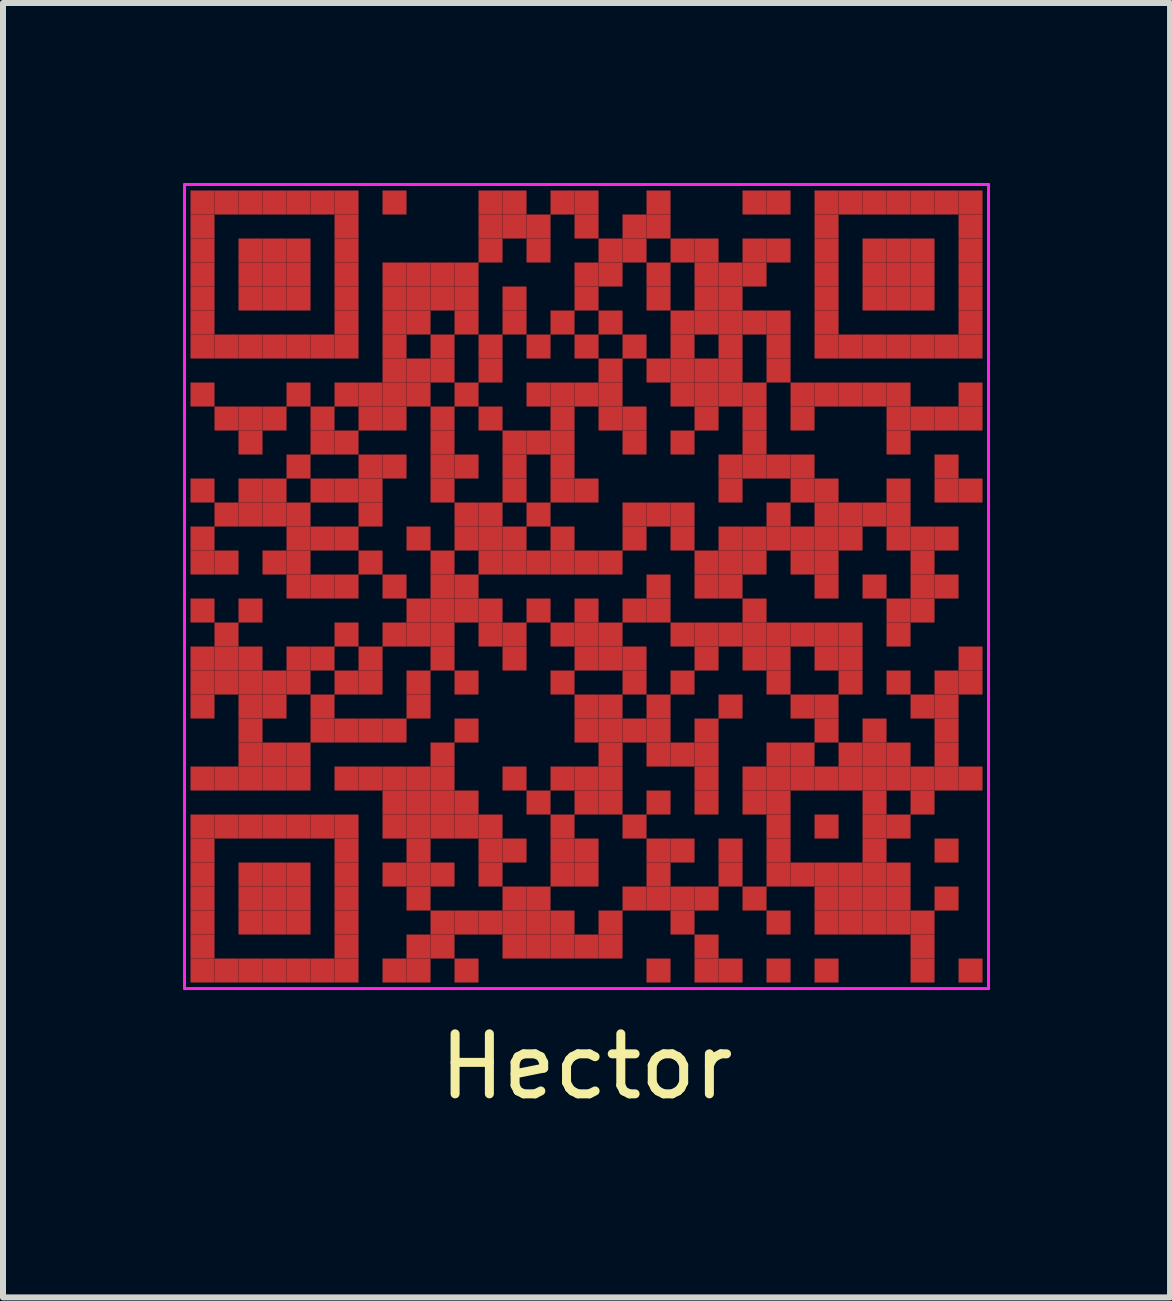
<source format=kicad_pcb>
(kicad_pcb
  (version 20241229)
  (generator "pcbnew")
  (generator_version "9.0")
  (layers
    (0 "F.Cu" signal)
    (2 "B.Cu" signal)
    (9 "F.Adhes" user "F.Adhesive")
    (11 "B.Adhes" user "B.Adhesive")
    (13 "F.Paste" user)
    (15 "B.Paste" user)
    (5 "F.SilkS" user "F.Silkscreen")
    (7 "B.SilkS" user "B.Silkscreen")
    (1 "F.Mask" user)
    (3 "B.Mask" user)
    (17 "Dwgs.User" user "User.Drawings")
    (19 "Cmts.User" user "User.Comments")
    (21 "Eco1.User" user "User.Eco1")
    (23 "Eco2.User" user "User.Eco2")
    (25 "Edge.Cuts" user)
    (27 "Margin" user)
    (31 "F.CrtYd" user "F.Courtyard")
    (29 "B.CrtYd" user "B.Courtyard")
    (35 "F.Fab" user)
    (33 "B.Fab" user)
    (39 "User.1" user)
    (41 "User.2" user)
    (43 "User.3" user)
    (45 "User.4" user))
  (footprint "Hector"
    (layer "F.Cu")
    (at 6.725 6.725)
    (property "Reference" "Hector" (at 0 8 0) (layer "F.SilkS") (effects (font (size 1 1) (thickness 0.15))))
    (fp_rect (start -6.65 -6.65) (end 6.65 6.65) (stroke (width 0) (type solid)) (fill yes) (layer "F.Mask"))
    (fp_line (start -6.7 -6.7) (end 6.7 -6.7) (stroke (width 0.05) (type solid)) (layer "F.CrtYd"))
    (fp_line (start -6.7 6.7) (end -6.7 -6.7) (stroke (width 0.05) (type solid)) (layer "F.CrtYd"))
    (fp_line (start 6.7 -6.7) (end 6.7 6.7) (stroke (width 0.05) (type solid)) (layer "F.CrtYd"))
    (fp_line (start 6.7 6.7) (end -6.7 6.7) (stroke (width 0.05) (type solid)) (layer "F.CrtYd"))
    (pad "" smd rect (at -6.4 -6.4) (size 0.4 0.4) (layers "F.Cu"))
    (pad "" smd rect (at -6.4 -6) (size 0.4 0.4) (layers "F.Cu"))
    (pad "" smd rect (at -6.4 -5.6) (size 0.4 0.4) (layers "F.Cu"))
    (pad "" smd rect (at -6.4 -5.2) (size 0.4 0.4) (layers "F.Cu"))
    (pad "" smd rect (at -6.4 -4.8) (size 0.4 0.4) (layers "F.Cu"))
    (pad "" smd rect (at -6.4 -4.4) (size 0.4 0.4) (layers "F.Cu"))
    (pad "" smd rect (at -6.4 -4) (size 0.4 0.4) (layers "F.Cu"))
    (pad "" smd rect (at -6.4 -3.2) (size 0.4 0.4) (layers "F.Cu"))
    (pad "" smd rect (at -6.4 -1.6) (size 0.4 0.4) (layers "F.Cu"))
    (pad "" smd rect (at -6.4 -0.8) (size 0.4 0.4) (layers "F.Cu"))
    (pad "" smd rect (at -6.4 -0.4) (size 0.4 0.4) (layers "F.Cu"))
    (pad "" smd rect (at -6.4 0.4) (size 0.4 0.4) (layers "F.Cu"))
    (pad "" smd rect (at -6.4 1.2) (size 0.4 0.4) (layers "F.Cu"))
    (pad "" smd rect (at -6.4 1.6) (size 0.4 0.4) (layers "F.Cu"))
    (pad "" smd rect (at -6.4 2) (size 0.4 0.4) (layers "F.Cu"))
    (pad "" smd rect (at -6.4 3.2) (size 0.4 0.4) (layers "F.Cu"))
    (pad "" smd rect (at -6.4 4) (size 0.4 0.4) (layers "F.Cu"))
    (pad "" smd rect (at -6.4 4.4) (size 0.4 0.4) (layers "F.Cu"))
    (pad "" smd rect (at -6.4 4.8) (size 0.4 0.4) (layers "F.Cu"))
    (pad "" smd rect (at -6.4 5.2) (size 0.4 0.4) (layers "F.Cu"))
    (pad "" smd rect (at -6.4 5.6) (size 0.4 0.4) (layers "F.Cu"))
    (pad "" smd rect (at -6.4 6) (size 0.4 0.4) (layers "F.Cu"))
    (pad "" smd rect (at -6.4 6.4) (size 0.4 0.4) (layers "F.Cu"))
    (pad "" smd rect (at -6 -6.4) (size 0.4 0.4) (layers "F.Cu"))
    (pad "" smd rect (at -6 -4) (size 0.4 0.4) (layers "F.Cu"))
    (pad "" smd rect (at -6 -2.8) (size 0.4 0.4) (layers "F.Cu"))
    (pad "" smd rect (at -6 -1.2) (size 0.4 0.4) (layers "F.Cu"))
    (pad "" smd rect (at -6 -0.4) (size 0.4 0.4) (layers "F.Cu"))
    (pad "" smd rect (at -6 0.8) (size 0.4 0.4) (layers "F.Cu"))
    (pad "" smd rect (at -6 1.2) (size 0.4 0.4) (layers "F.Cu"))
    (pad "" smd rect (at -6 1.6) (size 0.4 0.4) (layers "F.Cu"))
    (pad "" smd rect (at -6 3.2) (size 0.4 0.4) (layers "F.Cu"))
    (pad "" smd rect (at -6 4) (size 0.4 0.4) (layers "F.Cu"))
    (pad "" smd rect (at -6 6.4) (size 0.4 0.4) (layers "F.Cu"))
    (pad "" smd rect (at -5.6 -6.4) (size 0.4 0.4) (layers "F.Cu"))
    (pad "" smd rect (at -5.6 -5.6) (size 0.4 0.4) (layers "F.Cu"))
    (pad "" smd rect (at -5.6 -5.2) (size 0.4 0.4) (layers "F.Cu"))
    (pad "" smd rect (at -5.6 -4.8) (size 0.4 0.4) (layers "F.Cu"))
    (pad "" smd rect (at -5.6 -4) (size 0.4 0.4) (layers "F.Cu"))
    (pad "" smd rect (at -5.6 -2.8) (size 0.4 0.4) (layers "F.Cu"))
    (pad "" smd rect (at -5.6 -2.4) (size 0.4 0.4) (layers "F.Cu"))
    (pad "" smd rect (at -5.6 -1.6) (size 0.4 0.4) (layers "F.Cu"))
    (pad "" smd rect (at -5.6 -1.2) (size 0.4 0.4) (layers "F.Cu"))
    (pad "" smd rect (at -5.6 0.4) (size 0.4 0.4) (layers "F.Cu"))
    (pad "" smd rect (at -5.6 1.2) (size 0.4 0.4) (layers "F.Cu"))
    (pad "" smd rect (at -5.6 1.6) (size 0.4 0.4) (layers "F.Cu"))
    (pad "" smd rect (at -5.6 2) (size 0.4 0.4) (layers "F.Cu"))
    (pad "" smd rect (at -5.6 2.4) (size 0.4 0.4) (layers "F.Cu"))
    (pad "" smd rect (at -5.6 2.8) (size 0.4 0.4) (layers "F.Cu"))
    (pad "" smd rect (at -5.6 3.2) (size 0.4 0.4) (layers "F.Cu"))
    (pad "" smd rect (at -5.6 4) (size 0.4 0.4) (layers "F.Cu"))
    (pad "" smd rect (at -5.6 4.8) (size 0.4 0.4) (layers "F.Cu"))
    (pad "" smd rect (at -5.6 5.2) (size 0.4 0.4) (layers "F.Cu"))
    (pad "" smd rect (at -5.6 5.6) (size 0.4 0.4) (layers "F.Cu"))
    (pad "" smd rect (at -5.6 6.4) (size 0.4 0.4) (layers "F.Cu"))
    (pad "" smd rect (at -5.2 -6.4) (size 0.4 0.4) (layers "F.Cu"))
    (pad "" smd rect (at -5.2 -5.6) (size 0.4 0.4) (layers "F.Cu"))
    (pad "" smd rect (at -5.2 -5.2) (size 0.4 0.4) (layers "F.Cu"))
    (pad "" smd rect (at -5.2 -4.8) (size 0.4 0.4) (layers "F.Cu"))
    (pad "" smd rect (at -5.2 -4) (size 0.4 0.4) (layers "F.Cu"))
    (pad "" smd rect (at -5.2 -2.8) (size 0.4 0.4) (layers "F.Cu"))
    (pad "" smd rect (at -5.2 -1.6) (size 0.4 0.4) (layers "F.Cu"))
    (pad "" smd rect (at -5.2 -1.2) (size 0.4 0.4) (layers "F.Cu"))
    (pad "" smd rect (at -5.2 -0.4) (size 0.4 0.4) (layers "F.Cu"))
    (pad "" smd rect (at -5.2 1.6) (size 0.4 0.4) (layers "F.Cu"))
    (pad "" smd rect (at -5.2 2) (size 0.4 0.4) (layers "F.Cu"))
    (pad "" smd rect (at -5.2 2.8) (size 0.4 0.4) (layers "F.Cu"))
    (pad "" smd rect (at -5.2 3.2) (size 0.4 0.4) (layers "F.Cu"))
    (pad "" smd rect (at -5.2 4) (size 0.4 0.4) (layers "F.Cu"))
    (pad "" smd rect (at -5.2 4.8) (size 0.4 0.4) (layers "F.Cu"))
    (pad "" smd rect (at -5.2 5.2) (size 0.4 0.4) (layers "F.Cu"))
    (pad "" smd rect (at -5.2 5.6) (size 0.4 0.4) (layers "F.Cu"))
    (pad "" smd rect (at -5.2 6.4) (size 0.4 0.4) (layers "F.Cu"))
    (pad "" smd rect (at -4.8 -6.4) (size 0.4 0.4) (layers "F.Cu"))
    (pad "" smd rect (at -4.8 -5.6) (size 0.4 0.4) (layers "F.Cu"))
    (pad "" smd rect (at -4.8 -5.2) (size 0.4 0.4) (layers "F.Cu"))
    (pad "" smd rect (at -4.8 -4.8) (size 0.4 0.4) (layers "F.Cu"))
    (pad "" smd rect (at -4.8 -4) (size 0.4 0.4) (layers "F.Cu"))
    (pad "" smd rect (at -4.8 -3.2) (size 0.4 0.4) (layers "F.Cu"))
    (pad "" smd rect (at -4.8 -2) (size 0.4 0.4) (layers "F.Cu"))
    (pad "" smd rect (at -4.8 -1.2) (size 0.4 0.4) (layers "F.Cu"))
    (pad "" smd rect (at -4.8 -0.8) (size 0.4 0.4) (layers "F.Cu"))
    (pad "" smd rect (at -4.8 -0.4) (size 0.4 0.4) (layers "F.Cu"))
    (pad "" smd rect (at -4.8 0) (size 0.4 0.4) (layers "F.Cu"))
    (pad "" smd rect (at -4.8 1.2) (size 0.4 0.4) (layers "F.Cu"))
    (pad "" smd rect (at -4.8 1.6) (size 0.4 0.4) (layers "F.Cu"))
    (pad "" smd rect (at -4.8 2.8) (size 0.4 0.4) (layers "F.Cu"))
    (pad "" smd rect (at -4.8 3.2) (size 0.4 0.4) (layers "F.Cu"))
    (pad "" smd rect (at -4.8 4) (size 0.4 0.4) (layers "F.Cu"))
    (pad "" smd rect (at -4.8 4.8) (size 0.4 0.4) (layers "F.Cu"))
    (pad "" smd rect (at -4.8 5.2) (size 0.4 0.4) (layers "F.Cu"))
    (pad "" smd rect (at -4.8 5.6) (size 0.4 0.4) (layers "F.Cu"))
    (pad "" smd rect (at -4.8 6.4) (size 0.4 0.4) (layers "F.Cu"))
    (pad "" smd rect (at -4.4 -6.4) (size 0.4 0.4) (layers "F.Cu"))
    (pad "" smd rect (at -4.4 -4) (size 0.4 0.4) (layers "F.Cu"))
    (pad "" smd rect (at -4.4 -2.8) (size 0.4 0.4) (layers "F.Cu"))
    (pad "" smd rect (at -4.4 -2.4) (size 0.4 0.4) (layers "F.Cu"))
    (pad "" smd rect (at -4.4 -1.6) (size 0.4 0.4) (layers "F.Cu"))
    (pad "" smd rect (at -4.4 -0.8) (size 0.4 0.4) (layers "F.Cu"))
    (pad "" smd rect (at -4.4 0) (size 0.4 0.4) (layers "F.Cu"))
    (pad "" smd rect (at -4.4 1.2) (size 0.4 0.4) (layers "F.Cu"))
    (pad "" smd rect (at -4.4 2) (size 0.4 0.4) (layers "F.Cu"))
    (pad "" smd rect (at -4.4 2.4) (size 0.4 0.4) (layers "F.Cu"))
    (pad "" smd rect (at -4.4 4) (size 0.4 0.4) (layers "F.Cu"))
    (pad "" smd rect (at -4.4 6.4) (size 0.4 0.4) (layers "F.Cu"))
    (pad "" smd rect (at -4 -6.4) (size 0.4 0.4) (layers "F.Cu"))
    (pad "" smd rect (at -4 -6) (size 0.4 0.4) (layers "F.Cu"))
    (pad "" smd rect (at -4 -5.6) (size 0.4 0.4) (layers "F.Cu"))
    (pad "" smd rect (at -4 -5.2) (size 0.4 0.4) (layers "F.Cu"))
    (pad "" smd rect (at -4 -4.8) (size 0.4 0.4) (layers "F.Cu"))
    (pad "" smd rect (at -4 -4.4) (size 0.4 0.4) (layers "F.Cu"))
    (pad "" smd rect (at -4 -4) (size 0.4 0.4) (layers "F.Cu"))
    (pad "" smd rect (at -4 -3.2) (size 0.4 0.4) (layers "F.Cu"))
    (pad "" smd rect (at -4 -2.4) (size 0.4 0.4) (layers "F.Cu"))
    (pad "" smd rect (at -4 -1.6) (size 0.4 0.4) (layers "F.Cu"))
    (pad "" smd rect (at -4 -0.8) (size 0.4 0.4) (layers "F.Cu"))
    (pad "" smd rect (at -4 0) (size 0.4 0.4) (layers "F.Cu"))
    (pad "" smd rect (at -4 0.8) (size 0.4 0.4) (layers "F.Cu"))
    (pad "" smd rect (at -4 1.6) (size 0.4 0.4) (layers "F.Cu"))
    (pad "" smd rect (at -4 2.4) (size 0.4 0.4) (layers "F.Cu"))
    (pad "" smd rect (at -4 3.2) (size 0.4 0.4) (layers "F.Cu"))
    (pad "" smd rect (at -4 4) (size 0.4 0.4) (layers "F.Cu"))
    (pad "" smd rect (at -4 4.4) (size 0.4 0.4) (layers "F.Cu"))
    (pad "" smd rect (at -4 4.8) (size 0.4 0.4) (layers "F.Cu"))
    (pad "" smd rect (at -4 5.2) (size 0.4 0.4) (layers "F.Cu"))
    (pad "" smd rect (at -4 5.6) (size 0.4 0.4) (layers "F.Cu"))
    (pad "" smd rect (at -4 6) (size 0.4 0.4) (layers "F.Cu"))
    (pad "" smd rect (at -4 6.4) (size 0.4 0.4) (layers "F.Cu"))
    (pad "" smd rect (at -3.6 -3.2) (size 0.4 0.4) (layers "F.Cu"))
    (pad "" smd rect (at -3.6 -2.8) (size 0.4 0.4) (layers "F.Cu"))
    (pad "" smd rect (at -3.6 -2) (size 0.4 0.4) (layers "F.Cu"))
    (pad "" smd rect (at -3.6 -1.6) (size 0.4 0.4) (layers "F.Cu"))
    (pad "" smd rect (at -3.6 -1.2) (size 0.4 0.4) (layers "F.Cu"))
    (pad "" smd rect (at -3.6 -0.4) (size 0.4 0.4) (layers "F.Cu"))
    (pad "" smd rect (at -3.6 1.2) (size 0.4 0.4) (layers "F.Cu"))
    (pad "" smd rect (at -3.6 1.6) (size 0.4 0.4) (layers "F.Cu"))
    (pad "" smd rect (at -3.6 2.4) (size 0.4 0.4) (layers "F.Cu"))
    (pad "" smd rect (at -3.6 3.2) (size 0.4 0.4) (layers "F.Cu"))
    (pad "" smd rect (at -3.2 -6.4) (size 0.4 0.4) (layers "F.Cu"))
    (pad "" smd rect (at -3.2 -5.2) (size 0.4 0.4) (layers "F.Cu"))
    (pad "" smd rect (at -3.2 -4.8) (size 0.4 0.4) (layers "F.Cu"))
    (pad "" smd rect (at -3.2 -4.4) (size 0.4 0.4) (layers "F.Cu"))
    (pad "" smd rect (at -3.2 -4) (size 0.4 0.4) (layers "F.Cu"))
    (pad "" smd rect (at -3.2 -3.6) (size 0.4 0.4) (layers "F.Cu"))
    (pad "" smd rect (at -3.2 -3.2) (size 0.4 0.4) (layers "F.Cu"))
    (pad "" smd rect (at -3.2 -2.8) (size 0.4 0.4) (layers "F.Cu"))
    (pad "" smd rect (at -3.2 -2) (size 0.4 0.4) (layers "F.Cu"))
    (pad "" smd rect (at -3.2 0) (size 0.4 0.4) (layers "F.Cu"))
    (pad "" smd rect (at -3.2 0.8) (size 0.4 0.4) (layers "F.Cu"))
    (pad "" smd rect (at -3.2 2.4) (size 0.4 0.4) (layers "F.Cu"))
    (pad "" smd rect (at -3.2 3.2) (size 0.4 0.4) (layers "F.Cu"))
    (pad "" smd rect (at -3.2 3.6) (size 0.4 0.4) (layers "F.Cu"))
    (pad "" smd rect (at -3.2 4) (size 0.4 0.4) (layers "F.Cu"))
    (pad "" smd rect (at -3.2 4.8) (size 0.4 0.4) (layers "F.Cu"))
    (pad "" smd rect (at -3.2 6.4) (size 0.4 0.4) (layers "F.Cu"))
    (pad "" smd rect (at -2.8 -5.2) (size 0.4 0.4) (layers "F.Cu"))
    (pad "" smd rect (at -2.8 -4.8) (size 0.4 0.4) (layers "F.Cu"))
    (pad "" smd rect (at -2.8 -4.4) (size 0.4 0.4) (layers "F.Cu"))
    (pad "" smd rect (at -2.8 -3.6) (size 0.4 0.4) (layers "F.Cu"))
    (pad "" smd rect (at -2.8 -3.2) (size 0.4 0.4) (layers "F.Cu"))
    (pad "" smd rect (at -2.8 -0.8) (size 0.4 0.4) (layers "F.Cu"))
    (pad "" smd rect (at -2.8 0.4) (size 0.4 0.4) (layers "F.Cu"))
    (pad "" smd rect (at -2.8 0.8) (size 0.4 0.4) (layers "F.Cu"))
    (pad "" smd rect (at -2.8 1.6) (size 0.4 0.4) (layers "F.Cu"))
    (pad "" smd rect (at -2.8 2) (size 0.4 0.4) (layers "F.Cu"))
    (pad "" smd rect (at -2.8 3.2) (size 0.4 0.4) (layers "F.Cu"))
    (pad "" smd rect (at -2.8 3.6) (size 0.4 0.4) (layers "F.Cu"))
    (pad "" smd rect (at -2.8 4) (size 0.4 0.4) (layers "F.Cu"))
    (pad "" smd rect (at -2.8 4.4) (size 0.4 0.4) (layers "F.Cu"))
    (pad "" smd rect (at -2.8 4.8) (size 0.4 0.4) (layers "F.Cu"))
    (pad "" smd rect (at -2.8 5.2) (size 0.4 0.4) (layers "F.Cu"))
    (pad "" smd rect (at -2.8 6) (size 0.4 0.4) (layers "F.Cu"))
    (pad "" smd rect (at -2.8 6.4) (size 0.4 0.4) (layers "F.Cu"))
    (pad "" smd rect (at -2.4 -5.2) (size 0.4 0.4) (layers "F.Cu"))
    (pad "" smd rect (at -2.4 -4.8) (size 0.4 0.4) (layers "F.Cu"))
    (pad "" smd rect (at -2.4 -4) (size 0.4 0.4) (layers "F.Cu"))
    (pad "" smd rect (at -2.4 -3.6) (size 0.4 0.4) (layers "F.Cu"))
    (pad "" smd rect (at -2.4 -2.8) (size 0.4 0.4) (layers "F.Cu"))
    (pad "" smd rect (at -2.4 -2.4) (size 0.4 0.4) (layers "F.Cu"))
    (pad "" smd rect (at -2.4 -2) (size 0.4 0.4) (layers "F.Cu"))
    (pad "" smd rect (at -2.4 -1.6) (size 0.4 0.4) (layers "F.Cu"))
    (pad "" smd rect (at -2.4 -0.4) (size 0.4 0.4) (layers "F.Cu"))
    (pad "" smd rect (at -2.4 0) (size 0.4 0.4) (layers "F.Cu"))
    (pad "" smd rect (at -2.4 0.4) (size 0.4 0.4) (layers "F.Cu"))
    (pad "" smd rect (at -2.4 0.8) (size 0.4 0.4) (layers "F.Cu"))
    (pad "" smd rect (at -2.4 1.2) (size 0.4 0.4) (layers "F.Cu"))
    (pad "" smd rect (at -2.4 2.8) (size 0.4 0.4) (layers "F.Cu"))
    (pad "" smd rect (at -2.4 3.2) (size 0.4 0.4) (layers "F.Cu"))
    (pad "" smd rect (at -2.4 3.6) (size 0.4 0.4) (layers "F.Cu"))
    (pad "" smd rect (at -2.4 4) (size 0.4 0.4) (layers "F.Cu"))
    (pad "" smd rect (at -2.4 4.8) (size 0.4 0.4) (layers "F.Cu"))
    (pad "" smd rect (at -2.4 5.6) (size 0.4 0.4) (layers "F.Cu"))
    (pad "" smd rect (at -2.4 6) (size 0.4 0.4) (layers "F.Cu"))
    (pad "" smd rect (at -2 -5.2) (size 0.4 0.4) (layers "F.Cu"))
    (pad "" smd rect (at -2 -4.8) (size 0.4 0.4) (layers "F.Cu"))
    (pad "" smd rect (at -2 -4.4) (size 0.4 0.4) (layers "F.Cu"))
    (pad "" smd rect (at -2 -3.2) (size 0.4 0.4) (layers "F.Cu"))
    (pad "" smd rect (at -2 -2) (size 0.4 0.4) (layers "F.Cu"))
    (pad "" smd rect (at -2 -1.2) (size 0.4 0.4) (layers "F.Cu"))
    (pad "" smd rect (at -2 -0.8) (size 0.4 0.4) (layers "F.Cu"))
    (pad "" smd rect (at -2 0) (size 0.4 0.4) (layers "F.Cu"))
    (pad "" smd rect (at -2 0.4) (size 0.4 0.4) (layers "F.Cu"))
    (pad "" smd rect (at -2 1.6) (size 0.4 0.4) (layers "F.Cu"))
    (pad "" smd rect (at -2 2.4) (size 0.4 0.4) (layers "F.Cu"))
    (pad "" smd rect (at -2 3.6) (size 0.4 0.4) (layers "F.Cu"))
    (pad "" smd rect (at -2 4) (size 0.4 0.4) (layers "F.Cu"))
    (pad "" smd rect (at -2 5.6) (size 0.4 0.4) (layers "F.Cu"))
    (pad "" smd rect (at -2 6.4) (size 0.4 0.4) (layers "F.Cu"))
    (pad "" smd rect (at -1.6 -6.4) (size 0.4 0.4) (layers "F.Cu"))
    (pad "" smd rect (at -1.6 -6) (size 0.4 0.4) (layers "F.Cu"))
    (pad "" smd rect (at -1.6 -5.6) (size 0.4 0.4) (layers "F.Cu"))
    (pad "" smd rect (at -1.6 -4) (size 0.4 0.4) (layers "F.Cu"))
    (pad "" smd rect (at -1.6 -3.6) (size 0.4 0.4) (layers "F.Cu"))
    (pad "" smd rect (at -1.6 -2.8) (size 0.4 0.4) (layers "F.Cu"))
    (pad "" smd rect (at -1.6 -1.2) (size 0.4 0.4) (layers "F.Cu"))
    (pad "" smd rect (at -1.6 -0.8) (size 0.4 0.4) (layers "F.Cu"))
    (pad "" smd rect (at -1.6 -0.4) (size 0.4 0.4) (layers "F.Cu"))
    (pad "" smd rect (at -1.6 0.4) (size 0.4 0.4) (layers "F.Cu"))
    (pad "" smd rect (at -1.6 0.8) (size 0.4 0.4) (layers "F.Cu"))
    (pad "" smd rect (at -1.6 4) (size 0.4 0.4) (layers "F.Cu"))
    (pad "" smd rect (at -1.6 4.4) (size 0.4 0.4) (layers "F.Cu"))
    (pad "" smd rect (at -1.6 4.8) (size 0.4 0.4) (layers "F.Cu"))
    (pad "" smd rect (at -1.6 5.6) (size 0.4 0.4) (layers "F.Cu"))
    (pad "" smd rect (at -1.2 -6.4) (size 0.4 0.4) (layers "F.Cu"))
    (pad "" smd rect (at -1.2 -6) (size 0.4 0.4) (layers "F.Cu"))
    (pad "" smd rect (at -1.2 -4.8) (size 0.4 0.4) (layers "F.Cu"))
    (pad "" smd rect (at -1.2 -4.4) (size 0.4 0.4) (layers "F.Cu"))
    (pad "" smd rect (at -1.2 -2.4) (size 0.4 0.4) (layers "F.Cu"))
    (pad "" smd rect (at -1.2 -2) (size 0.4 0.4) (layers "F.Cu"))
    (pad "" smd rect (at -1.2 -1.6) (size 0.4 0.4) (layers "F.Cu"))
    (pad "" smd rect (at -1.2 -0.8) (size 0.4 0.4) (layers "F.Cu"))
    (pad "" smd rect (at -1.2 -0.4) (size 0.4 0.4) (layers "F.Cu"))
    (pad "" smd rect (at -1.2 0.8) (size 0.4 0.4) (layers "F.Cu"))
    (pad "" smd rect (at -1.2 1.2) (size 0.4 0.4) (layers "F.Cu"))
    (pad "" smd rect (at -1.2 3.2) (size 0.4 0.4) (layers "F.Cu"))
    (pad "" smd rect (at -1.2 4.4) (size 0.4 0.4) (layers "F.Cu"))
    (pad "" smd rect (at -1.2 5.2) (size 0.4 0.4) (layers "F.Cu"))
    (pad "" smd rect (at -1.2 5.6) (size 0.4 0.4) (layers "F.Cu"))
    (pad "" smd rect (at -1.2 6) (size 0.4 0.4) (layers "F.Cu"))
    (pad "" smd rect (at -0.8 -6) (size 0.4 0.4) (layers "F.Cu"))
    (pad "" smd rect (at -0.8 -5.6) (size 0.4 0.4) (layers "F.Cu"))
    (pad "" smd rect (at -0.8 -4) (size 0.4 0.4) (layers "F.Cu"))
    (pad "" smd rect (at -0.8 -3.2) (size 0.4 0.4) (layers "F.Cu"))
    (pad "" smd rect (at -0.8 -2.4) (size 0.4 0.4) (layers "F.Cu"))
    (pad "" smd rect (at -0.8 -1.2) (size 0.4 0.4) (layers "F.Cu"))
    (pad "" smd rect (at -0.8 -0.4) (size 0.4 0.4) (layers "F.Cu"))
    (pad "" smd rect (at -0.8 0.4) (size 0.4 0.4) (layers "F.Cu"))
    (pad "" smd rect (at -0.8 3.6) (size 0.4 0.4) (layers "F.Cu"))
    (pad "" smd rect (at -0.8 5.2) (size 0.4 0.4) (layers "F.Cu"))
    (pad "" smd rect (at -0.8 5.6) (size 0.4 0.4) (layers "F.Cu"))
    (pad "" smd rect (at -0.8 6) (size 0.4 0.4) (layers "F.Cu"))
    (pad "" smd rect (at -0.4 -6.4) (size 0.4 0.4) (layers "F.Cu"))
    (pad "" smd rect (at -0.4 -4.4) (size 0.4 0.4) (layers "F.Cu"))
    (pad "" smd rect (at -0.4 -3.2) (size 0.4 0.4) (layers "F.Cu"))
    (pad "" smd rect (at -0.4 -2.8) (size 0.4 0.4) (layers "F.Cu"))
    (pad "" smd rect (at -0.4 -2.4) (size 0.4 0.4) (layers "F.Cu"))
    (pad "" smd rect (at -0.4 -2) (size 0.4 0.4) (layers "F.Cu"))
    (pad "" smd rect (at -0.4 -1.6) (size 0.4 0.4) (layers "F.Cu"))
    (pad "" smd rect (at -0.4 -0.8) (size 0.4 0.4) (layers "F.Cu"))
    (pad "" smd rect (at -0.4 -0.4) (size 0.4 0.4) (layers "F.Cu"))
    (pad "" smd rect (at -0.4 0.8) (size 0.4 0.4) (layers "F.Cu"))
    (pad "" smd rect (at -0.4 1.6) (size 0.4 0.4) (layers "F.Cu"))
    (pad "" smd rect (at -0.4 3.2) (size 0.4 0.4) (layers "F.Cu"))
    (pad "" smd rect (at -0.4 4) (size 0.4 0.4) (layers "F.Cu"))
    (pad "" smd rect (at -0.4 4.4) (size 0.4 0.4) (layers "F.Cu"))
    (pad "" smd rect (at -0.4 4.8) (size 0.4 0.4) (layers "F.Cu"))
    (pad "" smd rect (at -0.4 5.6) (size 0.4 0.4) (layers "F.Cu"))
    (pad "" smd rect (at -0.4 6) (size 0.4 0.4) (layers "F.Cu"))
    (pad "" smd rect (at 0 -6.4) (size 0.4 0.4) (layers "F.Cu"))
    (pad "" smd rect (at 0 -6) (size 0.4 0.4) (layers "F.Cu"))
    (pad "" smd rect (at 0 -5.2) (size 0.4 0.4) (layers "F.Cu"))
    (pad "" smd rect (at 0 -4.8) (size 0.4 0.4) (layers "F.Cu"))
    (pad "" smd rect (at 0 -4) (size 0.4 0.4) (layers "F.Cu"))
    (pad "" smd rect (at 0 -3.2) (size 0.4 0.4) (layers "F.Cu"))
    (pad "" smd rect (at 0 -1.6) (size 0.4 0.4) (layers "F.Cu"))
    (pad "" smd rect (at 0 -0.4) (size 0.4 0.4) (layers "F.Cu"))
    (pad "" smd rect (at 0 0.4) (size 0.4 0.4) (layers "F.Cu"))
    (pad "" smd rect (at 0 0.8) (size 0.4 0.4) (layers "F.Cu"))
    (pad "" smd rect (at 0 1.2) (size 0.4 0.4) (layers "F.Cu"))
    (pad "" smd rect (at 0 2) (size 0.4 0.4) (layers "F.Cu"))
    (pad "" smd rect (at 0 2.4) (size 0.4 0.4) (layers "F.Cu"))
    (pad "" smd rect (at 0 3.2) (size 0.4 0.4) (layers "F.Cu"))
    (pad "" smd rect (at 0 3.6) (size 0.4 0.4) (layers "F.Cu"))
    (pad "" smd rect (at 0 4.4) (size 0.4 0.4) (layers "F.Cu"))
    (pad "" smd rect (at 0 4.8) (size 0.4 0.4) (layers "F.Cu"))
    (pad "" smd rect (at 0 6) (size 0.4 0.4) (layers "F.Cu"))
    (pad "" smd rect (at 0.4 -5.6) (size 0.4 0.4) (layers "F.Cu"))
    (pad "" smd rect (at 0.4 -5.2) (size 0.4 0.4) (layers "F.Cu"))
    (pad "" smd rect (at 0.4 -4.4) (size 0.4 0.4) (layers "F.Cu"))
    (pad "" smd rect (at 0.4 -3.6) (size 0.4 0.4) (layers "F.Cu"))
    (pad "" smd rect (at 0.4 -3.2) (size 0.4 0.4) (layers "F.Cu"))
    (pad "" smd rect (at 0.4 -2.8) (size 0.4 0.4) (layers "F.Cu"))
    (pad "" smd rect (at 0.4 -0.4) (size 0.4 0.4) (layers "F.Cu"))
    (pad "" smd rect (at 0.4 0.8) (size 0.4 0.4) (layers "F.Cu"))
    (pad "" smd rect (at 0.4 1.2) (size 0.4 0.4) (layers "F.Cu"))
    (pad "" smd rect (at 0.4 2) (size 0.4 0.4) (layers "F.Cu"))
    (pad "" smd rect (at 0.4 2.4) (size 0.4 0.4) (layers "F.Cu"))
    (pad "" smd rect (at 0.4 2.8) (size 0.4 0.4) (layers "F.Cu"))
    (pad "" smd rect (at 0.4 3.2) (size 0.4 0.4) (layers "F.Cu"))
    (pad "" smd rect (at 0.4 3.6) (size 0.4 0.4) (layers "F.Cu"))
    (pad "" smd rect (at 0.4 5.6) (size 0.4 0.4) (layers "F.Cu"))
    (pad "" smd rect (at 0.4 6) (size 0.4 0.4) (layers "F.Cu"))
    (pad "" smd rect (at 0.8 -6) (size 0.4 0.4) (layers "F.Cu"))
    (pad "" smd rect (at 0.8 -5.6) (size 0.4 0.4) (layers "F.Cu"))
    (pad "" smd rect (at 0.8 -4) (size 0.4 0.4) (layers "F.Cu"))
    (pad "" smd rect (at 0.8 -2.8) (size 0.4 0.4) (layers "F.Cu"))
    (pad "" smd rect (at 0.8 -2.4) (size 0.4 0.4) (layers "F.Cu"))
    (pad "" smd rect (at 0.8 -1.2) (size 0.4 0.4) (layers "F.Cu"))
    (pad "" smd rect (at 0.8 -0.8) (size 0.4 0.4) (layers "F.Cu"))
    (pad "" smd rect (at 0.8 0.4) (size 0.4 0.4) (layers "F.Cu"))
    (pad "" smd rect (at 0.8 1.2) (size 0.4 0.4) (layers "F.Cu"))
    (pad "" smd rect (at 0.8 1.6) (size 0.4 0.4) (layers "F.Cu"))
    (pad "" smd rect (at 0.8 2.4) (size 0.4 0.4) (layers "F.Cu"))
    (pad "" smd rect (at 0.8 4) (size 0.4 0.4) (layers "F.Cu"))
    (pad "" smd rect (at 0.8 5.2) (size 0.4 0.4) (layers "F.Cu"))
    (pad "" smd rect (at 1.2 -6.4) (size 0.4 0.4) (layers "F.Cu"))
    (pad "" smd rect (at 1.2 -6) (size 0.4 0.4) (layers "F.Cu"))
    (pad "" smd rect (at 1.2 -5.2) (size 0.4 0.4) (layers "F.Cu"))
    (pad "" smd rect (at 1.2 -4.8) (size 0.4 0.4) (layers "F.Cu"))
    (pad "" smd rect (at 1.2 -3.6) (size 0.4 0.4) (layers "F.Cu"))
    (pad "" smd rect (at 1.2 -1.2) (size 0.4 0.4) (layers "F.Cu"))
    (pad "" smd rect (at 1.2 0) (size 0.4 0.4) (layers "F.Cu"))
    (pad "" smd rect (at 1.2 0.4) (size 0.4 0.4) (layers "F.Cu"))
    (pad "" smd rect (at 1.2 2) (size 0.4 0.4) (layers "F.Cu"))
    (pad "" smd rect (at 1.2 2.4) (size 0.4 0.4) (layers "F.Cu"))
    (pad "" smd rect (at 1.2 2.8) (size 0.4 0.4) (layers "F.Cu"))
    (pad "" smd rect (at 1.2 3.6) (size 0.4 0.4) (layers "F.Cu"))
    (pad "" smd rect (at 1.2 4.4) (size 0.4 0.4) (layers "F.Cu"))
    (pad "" smd rect (at 1.2 4.8) (size 0.4 0.4) (layers "F.Cu"))
    (pad "" smd rect (at 1.2 5.2) (size 0.4 0.4) (layers "F.Cu"))
    (pad "" smd rect (at 1.2 6.4) (size 0.4 0.4) (layers "F.Cu"))
    (pad "" smd rect (at 1.6 -5.6) (size 0.4 0.4) (layers "F.Cu"))
    (pad "" smd rect (at 1.6 -4.4) (size 0.4 0.4) (layers "F.Cu"))
    (pad "" smd rect (at 1.6 -4) (size 0.4 0.4) (layers "F.Cu"))
    (pad "" smd rect (at 1.6 -3.6) (size 0.4 0.4) (layers "F.Cu"))
    (pad "" smd rect (at 1.6 -3.2) (size 0.4 0.4) (layers "F.Cu"))
    (pad "" smd rect (at 1.6 -2.4) (size 0.4 0.4) (layers "F.Cu"))
    (pad "" smd rect (at 1.6 -1.2) (size 0.4 0.4) (layers "F.Cu"))
    (pad "" smd rect (at 1.6 -0.8) (size 0.4 0.4) (layers "F.Cu"))
    (pad "" smd rect (at 1.6 0.8) (size 0.4 0.4) (layers "F.Cu"))
    (pad "" smd rect (at 1.6 1.6) (size 0.4 0.4) (layers "F.Cu"))
    (pad "" smd rect (at 1.6 2.8) (size 0.4 0.4) (layers "F.Cu"))
    (pad "" smd rect (at 1.6 4.4) (size 0.4 0.4) (layers "F.Cu"))
    (pad "" smd rect (at 1.6 5.2) (size 0.4 0.4) (layers "F.Cu"))
    (pad "" smd rect (at 1.6 5.6) (size 0.4 0.4) (layers "F.Cu"))
    (pad "" smd rect (at 2 -5.6) (size 0.4 0.4) (layers "F.Cu"))
    (pad "" smd rect (at 2 -5.2) (size 0.4 0.4) (layers "F.Cu"))
    (pad "" smd rect (at 2 -4.8) (size 0.4 0.4) (layers "F.Cu"))
    (pad "" smd rect (at 2 -4.4) (size 0.4 0.4) (layers "F.Cu"))
    (pad "" smd rect (at 2 -3.6) (size 0.4 0.4) (layers "F.Cu"))
    (pad "" smd rect (at 2 -3.2) (size 0.4 0.4) (layers "F.Cu"))
    (pad "" smd rect (at 2 -2.8) (size 0.4 0.4) (layers "F.Cu"))
    (pad "" smd rect (at 2 -0.4) (size 0.4 0.4) (layers "F.Cu"))
    (pad "" smd rect (at 2 0) (size 0.4 0.4) (layers "F.Cu"))
    (pad "" smd rect (at 2 0.8) (size 0.4 0.4) (layers "F.Cu"))
    (pad "" smd rect (at 2 1.2) (size 0.4 0.4) (layers "F.Cu"))
    (pad "" smd rect (at 2 2.4) (size 0.4 0.4) (layers "F.Cu"))
    (pad "" smd rect (at 2 2.8) (size 0.4 0.4) (layers "F.Cu"))
    (pad "" smd rect (at 2 3.2) (size 0.4 0.4) (layers "F.Cu"))
    (pad "" smd rect (at 2 3.6) (size 0.4 0.4) (layers "F.Cu"))
    (pad "" smd rect (at 2 5.2) (size 0.4 0.4) (layers "F.Cu"))
    (pad "" smd rect (at 2 6) (size 0.4 0.4) (layers "F.Cu"))
    (pad "" smd rect (at 2 6.4) (size 0.4 0.4) (layers "F.Cu"))
    (pad "" smd rect (at 2.4 -5.2) (size 0.4 0.4) (layers "F.Cu"))
    (pad "" smd rect (at 2.4 -4.8) (size 0.4 0.4) (layers "F.Cu"))
    (pad "" smd rect (at 2.4 -4.4) (size 0.4 0.4) (layers "F.Cu"))
    (pad "" smd rect (at 2.4 -4) (size 0.4 0.4) (layers "F.Cu"))
    (pad "" smd rect (at 2.4 -3.6) (size 0.4 0.4) (layers "F.Cu"))
    (pad "" smd rect (at 2.4 -3.2) (size 0.4 0.4) (layers "F.Cu"))
    (pad "" smd rect (at 2.4 -2) (size 0.4 0.4) (layers "F.Cu"))
    (pad "" smd rect (at 2.4 -1.6) (size 0.4 0.4) (layers "F.Cu"))
    (pad "" smd rect (at 2.4 -0.8) (size 0.4 0.4) (layers "F.Cu"))
    (pad "" smd rect (at 2.4 -0.4) (size 0.4 0.4) (layers "F.Cu"))
    (pad "" smd rect (at 2.4 0) (size 0.4 0.4) (layers "F.Cu"))
    (pad "" smd rect (at 2.4 0.8) (size 0.4 0.4) (layers "F.Cu"))
    (pad "" smd rect (at 2.4 2) (size 0.4 0.4) (layers "F.Cu"))
    (pad "" smd rect (at 2.4 4.4) (size 0.4 0.4) (layers "F.Cu"))
    (pad "" smd rect (at 2.4 4.8) (size 0.4 0.4) (layers "F.Cu"))
    (pad "" smd rect (at 2.4 6.4) (size 0.4 0.4) (layers "F.Cu"))
    (pad "" smd rect (at 2.8 -6.4) (size 0.4 0.4) (layers "F.Cu"))
    (pad "" smd rect (at 2.8 -5.6) (size 0.4 0.4) (layers "F.Cu"))
    (pad "" smd rect (at 2.8 -5.2) (size 0.4 0.4) (layers "F.Cu"))
    (pad "" smd rect (at 2.8 -4.4) (size 0.4 0.4) (layers "F.Cu"))
    (pad "" smd rect (at 2.8 -3.2) (size 0.4 0.4) (layers "F.Cu"))
    (pad "" smd rect (at 2.8 -2.8) (size 0.4 0.4) (layers "F.Cu"))
    (pad "" smd rect (at 2.8 -2.4) (size 0.4 0.4) (layers "F.Cu"))
    (pad "" smd rect (at 2.8 -2) (size 0.4 0.4) (layers "F.Cu"))
    (pad "" smd rect (at 2.8 -0.8) (size 0.4 0.4) (layers "F.Cu"))
    (pad "" smd rect (at 2.8 -0.4) (size 0.4 0.4) (layers "F.Cu"))
    (pad "" smd rect (at 2.8 0.4) (size 0.4 0.4) (layers "F.Cu"))
    (pad "" smd rect (at 2.8 0.8) (size 0.4 0.4) (layers "F.Cu"))
    (pad "" smd rect (at 2.8 1.2) (size 0.4 0.4) (layers "F.Cu"))
    (pad "" smd rect (at 2.8 3.2) (size 0.4 0.4) (layers "F.Cu"))
    (pad "" smd rect (at 2.8 3.6) (size 0.4 0.4) (layers "F.Cu"))
    (pad "" smd rect (at 2.8 5.2) (size 0.4 0.4) (layers "F.Cu"))
    (pad "" smd rect (at 3.2 -6.4) (size 0.4 0.4) (layers "F.Cu"))
    (pad "" smd rect (at 3.2 -5.6) (size 0.4 0.4) (layers "F.Cu"))
    (pad "" smd rect (at 3.2 -4.4) (size 0.4 0.4) (layers "F.Cu"))
    (pad "" smd rect (at 3.2 -4) (size 0.4 0.4) (layers "F.Cu"))
    (pad "" smd rect (at 3.2 -3.6) (size 0.4 0.4) (layers "F.Cu"))
    (pad "" smd rect (at 3.2 -2) (size 0.4 0.4) (layers "F.Cu"))
    (pad "" smd rect (at 3.2 -1.2) (size 0.4 0.4) (layers "F.Cu"))
    (pad "" smd rect (at 3.2 -0.8) (size 0.4 0.4) (layers "F.Cu"))
    (pad "" smd rect (at 3.2 0.8) (size 0.4 0.4) (layers "F.Cu"))
    (pad "" smd rect (at 3.2 1.2) (size 0.4 0.4) (layers "F.Cu"))
    (pad "" smd rect (at 3.2 1.6) (size 0.4 0.4) (layers "F.Cu"))
    (pad "" smd rect (at 3.2 2.8) (size 0.4 0.4) (layers "F.Cu"))
    (pad "" smd rect (at 3.2 3.2) (size 0.4 0.4) (layers "F.Cu"))
    (pad "" smd rect (at 3.2 3.6) (size 0.4 0.4) (layers "F.Cu"))
    (pad "" smd rect (at 3.2 4) (size 0.4 0.4) (layers "F.Cu"))
    (pad "" smd rect (at 3.2 4.4) (size 0.4 0.4) (layers "F.Cu"))
    (pad "" smd rect (at 3.2 4.8) (size 0.4 0.4) (layers "F.Cu"))
    (pad "" smd rect (at 3.2 5.6) (size 0.4 0.4) (layers "F.Cu"))
    (pad "" smd rect (at 3.2 6.4) (size 0.4 0.4) (layers "F.Cu"))
    (pad "" smd rect (at 3.6 -3.2) (size 0.4 0.4) (layers "F.Cu"))
    (pad "" smd rect (at 3.6 -2.8) (size 0.4 0.4) (layers "F.Cu"))
    (pad "" smd rect (at 3.6 -2) (size 0.4 0.4) (layers "F.Cu"))
    (pad "" smd rect (at 3.6 -1.6) (size 0.4 0.4) (layers "F.Cu"))
    (pad "" smd rect (at 3.6 -0.8) (size 0.4 0.4) (layers "F.Cu"))
    (pad "" smd rect (at 3.6 -0.4) (size 0.4 0.4) (layers "F.Cu"))
    (pad "" smd rect (at 3.6 0.8) (size 0.4 0.4) (layers "F.Cu"))
    (pad "" smd rect (at 3.6 2) (size 0.4 0.4) (layers "F.Cu"))
    (pad "" smd rect (at 3.6 2.8) (size 0.4 0.4) (layers "F.Cu"))
    (pad "" smd rect (at 3.6 3.2) (size 0.4 0.4) (layers "F.Cu"))
    (pad "" smd rect (at 3.6 4.8) (size 0.4 0.4) (layers "F.Cu"))
    (pad "" smd rect (at 4 -6.4) (size 0.4 0.4) (layers "F.Cu"))
    (pad "" smd rect (at 4 -6) (size 0.4 0.4) (layers "F.Cu"))
    (pad "" smd rect (at 4 -5.6) (size 0.4 0.4) (layers "F.Cu"))
    (pad "" smd rect (at 4 -5.2) (size 0.4 0.4) (layers "F.Cu"))
    (pad "" smd rect (at 4 -4.8) (size 0.4 0.4) (layers "F.Cu"))
    (pad "" smd rect (at 4 -4.4) (size 0.4 0.4) (layers "F.Cu"))
    (pad "" smd rect (at 4 -4) (size 0.4 0.4) (layers "F.Cu"))
    (pad "" smd rect (at 4 -3.2) (size 0.4 0.4) (layers "F.Cu"))
    (pad "" smd rect (at 4 -1.6) (size 0.4 0.4) (layers "F.Cu"))
    (pad "" smd rect (at 4 -1.2) (size 0.4 0.4) (layers "F.Cu"))
    (pad "" smd rect (at 4 -0.8) (size 0.4 0.4) (layers "F.Cu"))
    (pad "" smd rect (at 4 -0.4) (size 0.4 0.4) (layers "F.Cu"))
    (pad "" smd rect (at 4 0) (size 0.4 0.4) (layers "F.Cu"))
    (pad "" smd rect (at 4 0.8) (size 0.4 0.4) (layers "F.Cu"))
    (pad "" smd rect (at 4 1.2) (size 0.4 0.4) (layers "F.Cu"))
    (pad "" smd rect (at 4 2) (size 0.4 0.4) (layers "F.Cu"))
    (pad "" smd rect (at 4 2.4) (size 0.4 0.4) (layers "F.Cu"))
    (pad "" smd rect (at 4 3.2) (size 0.4 0.4) (layers "F.Cu"))
    (pad "" smd rect (at 4 4) (size 0.4 0.4) (layers "F.Cu"))
    (pad "" smd rect (at 4 4.8) (size 0.4 0.4) (layers "F.Cu"))
    (pad "" smd rect (at 4 5.2) (size 0.4 0.4) (layers "F.Cu"))
    (pad "" smd rect (at 4 5.6) (size 0.4 0.4) (layers "F.Cu"))
    (pad "" smd rect (at 4 6.4) (size 0.4 0.4) (layers "F.Cu"))
    (pad "" smd rect (at 4.4 -6.4) (size 0.4 0.4) (layers "F.Cu"))
    (pad "" smd rect (at 4.4 -4) (size 0.4 0.4) (layers "F.Cu"))
    (pad "" smd rect (at 4.4 -3.2) (size 0.4 0.4) (layers "F.Cu"))
    (pad "" smd rect (at 4.4 -1.2) (size 0.4 0.4) (layers "F.Cu"))
    (pad "" smd rect (at 4.4 -0.8) (size 0.4 0.4) (layers "F.Cu"))
    (pad "" smd rect (at 4.4 0.8) (size 0.4 0.4) (layers "F.Cu"))
    (pad "" smd rect (at 4.4 1.2) (size 0.4 0.4) (layers "F.Cu"))
    (pad "" smd rect (at 4.4 1.6) (size 0.4 0.4) (layers "F.Cu"))
    (pad "" smd rect (at 4.4 2.8) (size 0.4 0.4) (layers "F.Cu"))
    (pad "" smd rect (at 4.4 3.2) (size 0.4 0.4) (layers "F.Cu"))
    (pad "" smd rect (at 4.4 4.8) (size 0.4 0.4) (layers "F.Cu"))
    (pad "" smd rect (at 4.4 5.2) (size 0.4 0.4) (layers "F.Cu"))
    (pad "" smd rect (at 4.4 5.6) (size 0.4 0.4) (layers "F.Cu"))
    (pad "" smd rect (at 4.8 -6.4) (size 0.4 0.4) (layers "F.Cu"))
    (pad "" smd rect (at 4.8 -5.6) (size 0.4 0.4) (layers "F.Cu"))
    (pad "" smd rect (at 4.8 -5.2) (size 0.4 0.4) (layers "F.Cu"))
    (pad "" smd rect (at 4.8 -4.8) (size 0.4 0.4) (layers "F.Cu"))
    (pad "" smd rect (at 4.8 -4) (size 0.4 0.4) (layers "F.Cu"))
    (pad "" smd rect (at 4.8 -3.2) (size 0.4 0.4) (layers "F.Cu"))
    (pad "" smd rect (at 4.8 -1.2) (size 0.4 0.4) (layers "F.Cu"))
    (pad "" smd rect (at 4.8 0) (size 0.4 0.4) (layers "F.Cu"))
    (pad "" smd rect (at 4.8 2.4) (size 0.4 0.4) (layers "F.Cu"))
    (pad "" smd rect (at 4.8 2.8) (size 0.4 0.4) (layers "F.Cu"))
    (pad "" smd rect (at 4.8 3.2) (size 0.4 0.4) (layers "F.Cu"))
    (pad "" smd rect (at 4.8 3.6) (size 0.4 0.4) (layers "F.Cu"))
    (pad "" smd rect (at 4.8 4) (size 0.4 0.4) (layers "F.Cu"))
    (pad "" smd rect (at 4.8 4.4) (size 0.4 0.4) (layers "F.Cu"))
    (pad "" smd rect (at 4.8 4.8) (size 0.4 0.4) (layers "F.Cu"))
    (pad "" smd rect (at 4.8 5.2) (size 0.4 0.4) (layers "F.Cu"))
    (pad "" smd rect (at 4.8 5.6) (size 0.4 0.4) (layers "F.Cu"))
    (pad "" smd rect (at 5.2 -6.4) (size 0.4 0.4) (layers "F.Cu"))
    (pad "" smd rect (at 5.2 -5.6) (size 0.4 0.4) (layers "F.Cu"))
    (pad "" smd rect (at 5.2 -5.2) (size 0.4 0.4) (layers "F.Cu"))
    (pad "" smd rect (at 5.2 -4.8) (size 0.4 0.4) (layers "F.Cu"))
    (pad "" smd rect (at 5.2 -4) (size 0.4 0.4) (layers "F.Cu"))
    (pad "" smd rect (at 5.2 -3.2) (size 0.4 0.4) (layers "F.Cu"))
    (pad "" smd rect (at 5.2 -2.8) (size 0.4 0.4) (layers "F.Cu"))
    (pad "" smd rect (at 5.2 -2.4) (size 0.4 0.4) (layers "F.Cu"))
    (pad "" smd rect (at 5.2 -1.6) (size 0.4 0.4) (layers "F.Cu"))
    (pad "" smd rect (at 5.2 -1.2) (size 0.4 0.4) (layers "F.Cu"))
    (pad "" smd rect (at 5.2 -0.8) (size 0.4 0.4) (layers "F.Cu"))
    (pad "" smd rect (at 5.2 0.4) (size 0.4 0.4) (layers "F.Cu"))
    (pad "" smd rect (at 5.2 0.8) (size 0.4 0.4) (layers "F.Cu"))
    (pad "" smd rect (at 5.2 1.6) (size 0.4 0.4) (layers "F.Cu"))
    (pad "" smd rect (at 5.2 2.8) (size 0.4 0.4) (layers "F.Cu"))
    (pad "" smd rect (at 5.2 3.2) (size 0.4 0.4) (layers "F.Cu"))
    (pad "" smd rect (at 5.2 4) (size 0.4 0.4) (layers "F.Cu"))
    (pad "" smd rect (at 5.2 4.8) (size 0.4 0.4) (layers "F.Cu"))
    (pad "" smd rect (at 5.2 5.2) (size 0.4 0.4) (layers "F.Cu"))
    (pad "" smd rect (at 5.2 5.6) (size 0.4 0.4) (layers "F.Cu"))
    (pad "" smd rect (at 5.6 -6.4) (size 0.4 0.4) (layers "F.Cu"))
    (pad "" smd rect (at 5.6 -5.6) (size 0.4 0.4) (layers "F.Cu"))
    (pad "" smd rect (at 5.6 -5.2) (size 0.4 0.4) (layers "F.Cu"))
    (pad "" smd rect (at 5.6 -4.8) (size 0.4 0.4) (layers "F.Cu"))
    (pad "" smd rect (at 5.6 -4) (size 0.4 0.4) (layers "F.Cu"))
    (pad "" smd rect (at 5.6 -2.8) (size 0.4 0.4) (layers "F.Cu"))
    (pad "" smd rect (at 5.6 -0.8) (size 0.4 0.4) (layers "F.Cu"))
    (pad "" smd rect (at 5.6 -0.4) (size 0.4 0.4) (layers "F.Cu"))
    (pad "" smd rect (at 5.6 0) (size 0.4 0.4) (layers "F.Cu"))
    (pad "" smd rect (at 5.6 0.4) (size 0.4 0.4) (layers "F.Cu"))
    (pad "" smd rect (at 5.6 2) (size 0.4 0.4) (layers "F.Cu"))
    (pad "" smd rect (at 5.6 3.2) (size 0.4 0.4) (layers "F.Cu"))
    (pad "" smd rect (at 5.6 3.6) (size 0.4 0.4) (layers "F.Cu"))
    (pad "" smd rect (at 5.6 5.6) (size 0.4 0.4) (layers "F.Cu"))
    (pad "" smd rect (at 5.6 6) (size 0.4 0.4) (layers "F.Cu"))
    (pad "" smd rect (at 5.6 6.4) (size 0.4 0.4) (layers "F.Cu"))
    (pad "" smd rect (at 6 -6.4) (size 0.4 0.4) (layers "F.Cu"))
    (pad "" smd rect (at 6 -4) (size 0.4 0.4) (layers "F.Cu"))
    (pad "" smd rect (at 6 -2.8) (size 0.4 0.4) (layers "F.Cu"))
    (pad "" smd rect (at 6 -2) (size 0.4 0.4) (layers "F.Cu"))
    (pad "" smd rect (at 6 -1.6) (size 0.4 0.4) (layers "F.Cu"))
    (pad "" smd rect (at 6 -0.8) (size 0.4 0.4) (layers "F.Cu"))
    (pad "" smd rect (at 6 0) (size 0.4 0.4) (layers "F.Cu"))
    (pad "" smd rect (at 6 1.6) (size 0.4 0.4) (layers "F.Cu"))
    (pad "" smd rect (at 6 2) (size 0.4 0.4) (layers "F.Cu"))
    (pad "" smd rect (at 6 2.4) (size 0.4 0.4) (layers "F.Cu"))
    (pad "" smd rect (at 6 2.8) (size 0.4 0.4) (layers "F.Cu"))
    (pad "" smd rect (at 6 3.2) (size 0.4 0.4) (layers "F.Cu"))
    (pad "" smd rect (at 6 4.4) (size 0.4 0.4) (layers "F.Cu"))
    (pad "" smd rect (at 6 5.2) (size 0.4 0.4) (layers "F.Cu"))
    (pad "" smd rect (at 6.4 -6.4) (size 0.4 0.4) (layers "F.Cu"))
    (pad "" smd rect (at 6.4 -6) (size 0.4 0.4) (layers "F.Cu"))
    (pad "" smd rect (at 6.4 -5.6) (size 0.4 0.4) (layers "F.Cu"))
    (pad "" smd rect (at 6.4 -5.2) (size 0.4 0.4) (layers "F.Cu"))
    (pad "" smd rect (at 6.4 -4.8) (size 0.4 0.4) (layers "F.Cu"))
    (pad "" smd rect (at 6.4 -4.4) (size 0.4 0.4) (layers "F.Cu"))
    (pad "" smd rect (at 6.4 -4) (size 0.4 0.4) (layers "F.Cu"))
    (pad "" smd rect (at 6.4 -3.2) (size 0.4 0.4) (layers "F.Cu"))
    (pad "" smd rect (at 6.4 -2.8) (size 0.4 0.4) (layers "F.Cu"))
    (pad "" smd rect (at 6.4 -1.6) (size 0.4 0.4) (layers "F.Cu"))
    (pad "" smd rect (at 6.4 1.2) (size 0.4 0.4) (layers "F.Cu"))
    (pad "" smd rect (at 6.4 1.6) (size 0.4 0.4) (layers "F.Cu"))
    (pad "" smd rect (at 6.4 3.2) (size 0.4 0.4) (layers "F.Cu"))
    (pad "" smd rect (at 6.4 6.4) (size 0.4 0.4) (layers "F.Cu")))
  (gr_rect
    (start -3 -3)
    (end 16.45 18.573)
    (stroke (width 0.1) (type default))
    (fill no)
    (layer "Edge.Cuts")))
</source>
